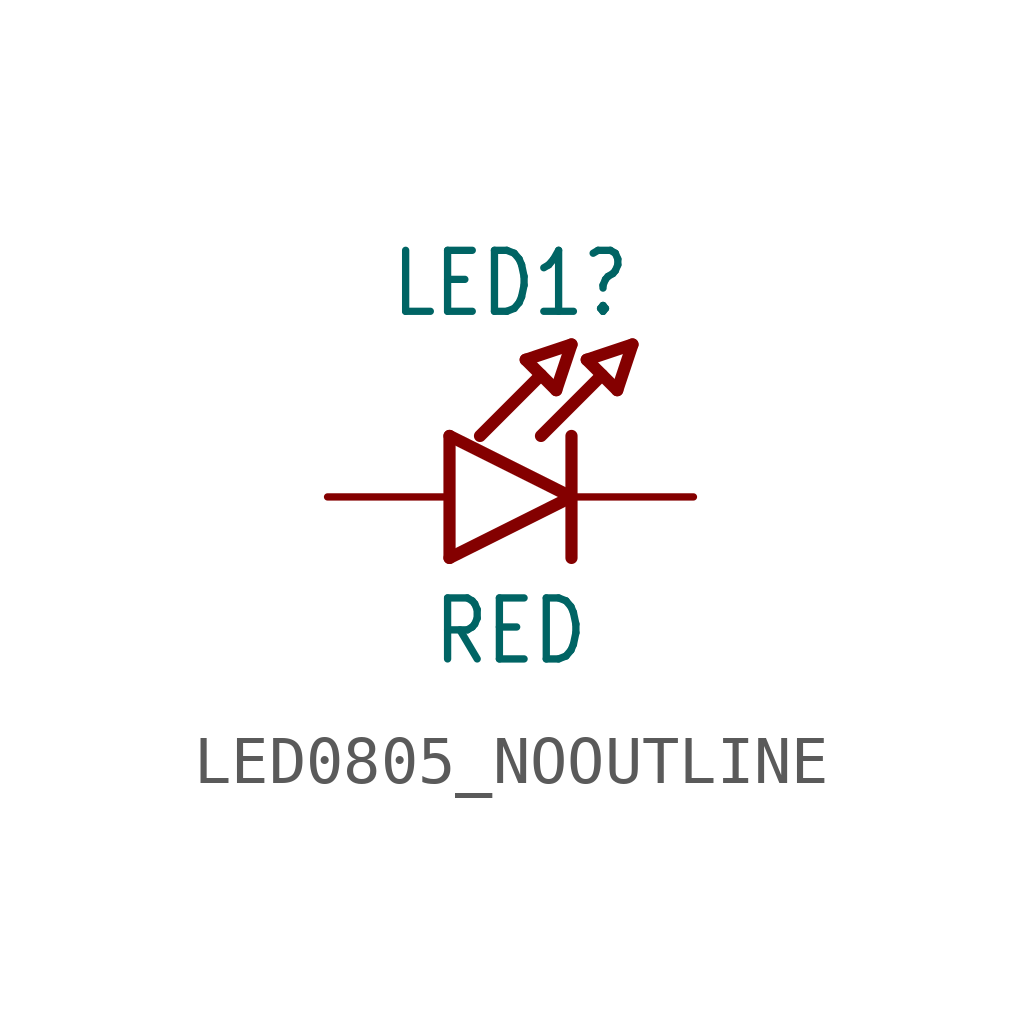
<source format=kicad_sym>
(kicad_symbol_lib
  (version 20220914)
  (generator kicad_symbol_editor)
  (symbol "LED0805_NOOUTLINE"
    (property "Reference" "LED1"
      (at -1.27 4.445 0)
      (effects (font (size 1.27 1.079))))
    (property "Value" "RED"
      (at -1.27 -2.794 0)
      (effects (font (size 1.27 1.079))))
    (property "ki_locked" ""
      (at 0 0 0)
      (effects (font (size 1.27 1.27))))
    (symbol "LED0805_NOOUTLINE_1_0"
      (polyline (pts (xy -2.54 -1.27) (xy 0 0)) (stroke (width 0.254) (type solid)) (fill (type none)))
      (polyline (pts (xy -2.54 1.27) (xy -2.54 -1.27)) (stroke (width 0.254) (type solid)) (fill (type none)))
      (polyline (pts (xy -1.905 1.27) (xy -0.635 2.54)) (stroke (width 0.254) (type solid)) (fill (type none)))
      (polyline (pts (xy -0.953 2.857) (xy -0.318 2.223)) (stroke (width 0.254) (type solid)) (fill (type none)))
      (polyline (pts (xy -0.635 1.27) (xy 0.635 2.54)) (stroke (width 0.254) (type solid)) (fill (type none)))
      (polyline (pts (xy -0.318 2.223) (xy 0 3.175)) (stroke (width 0.254) (type solid)) (fill (type none)))
      (polyline (pts (xy 0 0) (xy -2.54 1.27)) (stroke (width 0.254) (type solid)) (fill (type none)))
      (polyline (pts (xy 0 0) (xy 0 -1.27)) (stroke (width 0.254) (type solid)) (fill (type none)))
      (polyline (pts (xy 0 1.27) (xy 0 0)) (stroke (width 0.254) (type solid)) (fill (type none)))
      (polyline (pts (xy 0 3.175) (xy -0.953 2.857)) (stroke (width 0.254) (type solid)) (fill (type none)))
      (polyline (pts (xy 0.318 2.857) (xy 0.953 2.223)) (stroke (width 0.254) (type solid)) (fill (type none)))
      (polyline (pts (xy 0.953 2.223) (xy 1.27 3.175)) (stroke (width 0.254) (type solid)) (fill (type none)))
      (polyline (pts (xy 1.27 3.175) (xy 0.318 2.857)) (stroke (width 0.254) (type solid)) (fill (type none)))
      (pin passive line (at -5.08 0 0) (length 2.54) (name "A" (effects (font (size 0 0)))) (number "A" (effects (font (size 0 0)))))
      (pin passive line (at 2.54 0 180) (length 2.54) (name "C" (effects (font (size 0 0)))) (number "C" (effects (font (size 0 0))))))))
</source>
